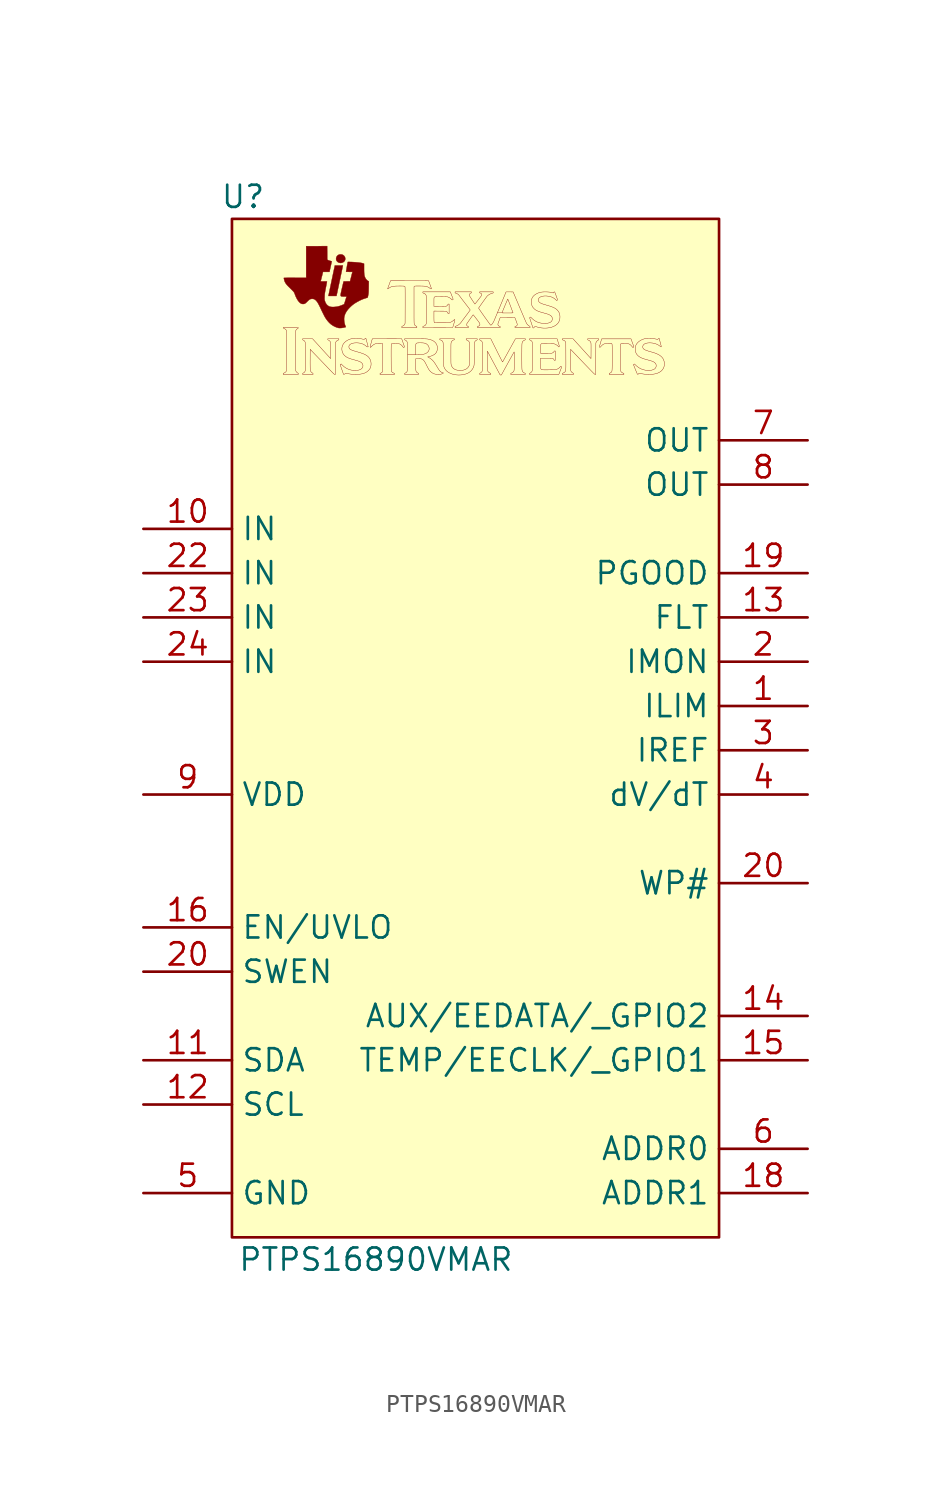
<source format=kicad_sym>
(kicad_symbol_lib
  (version 20241209)
  (generator "kicad_symbol_editor")
  (generator_version "9.0")
  (symbol "PTPS16890VMAR"
    (property "Reference" "U"
      (at 0.635 59.69 0)
      (effects (font (size 1.27 1.27))))
    (property "Value" "PTPS16890VMAR"
      (at 8.255 -1.27 0)
      (effects (font (size 1.27 1.27))))
    (symbol "PTPS16890VMAR_0_0"
      (polyline (pts (xy 3.81 49.53) (xy 3.808 49.551) (xy 3.798 49.565) (xy 3.776 49.578) (xy 3.759 49.588) (xy 3.71 49.629) (xy 3.672 49.682) (xy 3.653 49.718) (xy 3.653 50.858) (xy 3.653 51.997) (xy 3.672 52.033) (xy 3.683 52.05) (xy 3.725 52.1) (xy 3.776 52.137) (xy 3.801 52.154) (xy 3.81 52.172) (xy 3.81 52.175) (xy 3.808 52.179) (xy 3.803 52.182) (xy 3.793 52.184) (xy 3.778 52.186) (xy 3.755 52.187) (xy 3.723 52.188) (xy 3.68 52.189) (xy 3.625 52.189) (xy 3.557 52.189) (xy 3.474 52.189) (xy 3.374 52.189) (xy 2.939 52.189) (xy 2.942 52.17) (xy 2.946 52.161) (xy 2.962 52.147) (xy 2.993 52.134) (xy 3.008 52.127) (xy 3.045 52.106) (xy 3.075 52.081) (xy 3.082 52.074) (xy 3.091 52.066) (xy 3.098 52.059) (xy 3.105 52.05) (xy 3.11 52.04) (xy 3.115 52.026) (xy 3.12 52.01) (xy 3.124 51.988) (xy 3.127 51.962) (xy 3.13 51.928) (xy 3.132 51.887) (xy 3.133 51.838) (xy 3.135 51.779) (xy 3.136 51.71) (xy 3.136 51.63) (xy 3.137 51.537) (xy 3.137 51.431) (xy 3.137 51.312) (xy 3.137 51.176) (xy 3.137 51.026) (xy 3.137 50.858) (xy 3.137 50.724) (xy 3.137 50.569) (xy 3.137 50.431) (xy 3.137 50.308) (xy 3.137 50.199) (xy 3.137 50.104) (xy 3.136 50.021) (xy 3.135 49.95) (xy 3.134 49.889) (xy 3.132 49.838) (xy 3.13 49.795) (xy 3.127 49.76) (xy 3.124 49.732) (xy 3.121 49.709) (xy 3.116 49.692) (xy 3.111 49.678) (xy 3.106 49.667) (xy 3.099 49.658) (xy 3.092 49.65) (xy 3.084 49.642) (xy 3.075 49.634) (xy 3.063 49.623) (xy 3.029 49.599) (xy 2.993 49.581) (xy 2.969 49.572) (xy 2.952 49.562) (xy 2.945 49.55) (xy 2.942 49.531) (xy 2.939 49.499) (xy 3.374 49.499) (xy 3.81 49.499) (xy 3.81 49.53)) (stroke (width 0.01) (type default)) (fill (type color) (color 0 0 0 1)))
      (polyline (pts (xy 4.653 49.529) (xy 4.652 49.545) (xy 4.646 49.559) (xy 4.631 49.572) (xy 4.603 49.588) (xy 4.597 49.592) (xy 4.548 49.631) (xy 4.513 49.683) (xy 4.492 49.744) (xy 4.49 49.759) (xy 4.488 49.794) (xy 4.487 49.846) (xy 4.486 49.916) (xy 4.485 50.002) (xy 4.484 50.106) (xy 4.484 50.227) (xy 4.485 50.364) (xy 4.487 50.938) (xy 5.176 50.218) (xy 5.187 50.207) (xy 5.293 50.096) (xy 5.388 49.998) (xy 5.471 49.911) (xy 5.544 49.834) (xy 5.608 49.768) (xy 5.663 49.711) (xy 5.71 49.663) (xy 5.75 49.623) (xy 5.783 49.59) (xy 5.81 49.563) (xy 5.832 49.542) (xy 5.849 49.526) (xy 5.863 49.515) (xy 5.874 49.507) (xy 5.882 49.502) (xy 5.889 49.5) (xy 5.895 49.499) (xy 5.9 49.499) (xy 5.935 49.499) (xy 5.938 50.411) (xy 5.94 51.324) (xy 5.961 51.362) (xy 5.989 51.401) (xy 6.035 51.438) (xy 6.092 51.467) (xy 6.105 51.472) (xy 6.124 51.482) (xy 6.131 51.494) (xy 6.133 51.513) (xy 6.133 51.544) (xy 5.815 51.544) (xy 5.496 51.544) (xy 5.496 51.514) (xy 5.497 51.502) (xy 5.501 51.488) (xy 5.515 51.477) (xy 5.541 51.464) (xy 5.587 51.435) (xy 5.626 51.395) (xy 5.65 51.349) (xy 5.651 51.343) (xy 5.653 51.32) (xy 5.656 51.283) (xy 5.658 51.234) (xy 5.659 51.175) (xy 5.661 51.108) (xy 5.662 51.035) (xy 5.664 50.958) (xy 5.665 50.879) (xy 5.665 50.8) (xy 5.666 50.724) (xy 5.666 50.651) (xy 5.666 50.584) (xy 5.665 50.525) (xy 5.664 50.476) (xy 5.663 50.439) (xy 5.661 50.416) (xy 5.659 50.408) (xy 5.655 50.412) (xy 5.64 50.428) (xy 5.614 50.456) (xy 5.579 50.494) (xy 5.535 50.542) (xy 5.483 50.599) (xy 5.424 50.663) (xy 5.359 50.735) (xy 5.289 50.812) (xy 5.214 50.893) (xy 5.137 50.979) (xy 4.623 51.544) (xy 4.338 51.544) (xy 4.052 51.544) (xy 4.052 51.513) (xy 4.053 51.497) (xy 4.059 51.484) (xy 4.074 51.473) (xy 4.102 51.459) (xy 4.106 51.456) (xy 4.152 51.425) (xy 4.184 51.383) (xy 4.204 51.328) (xy 4.204 51.328) (xy 4.206 51.312) (xy 4.207 51.279) (xy 4.208 51.232) (xy 4.21 51.171) (xy 4.211 51.099) (xy 4.212 51.018) (xy 4.212 50.928) (xy 4.213 50.832) (xy 4.213 50.731) (xy 4.213 50.626) (xy 4.213 50.52) (xy 4.213 50.414) (xy 4.213 50.31) (xy 4.213 50.209) (xy 4.212 50.113) (xy 4.212 50.023) (xy 4.211 49.942) (xy 4.21 49.87) (xy 4.208 49.81) (xy 4.207 49.763) (xy 4.206 49.73) (xy 4.204 49.714) (xy 4.203 49.709) (xy 4.182 49.656) (xy 4.149 49.615) (xy 4.102 49.584) (xy 4.077 49.571) (xy 4.06 49.559) (xy 4.054 49.547) (xy 4.052 49.529) (xy 4.052 49.499) (xy 4.353 49.499) (xy 4.653 49.499) (xy 4.653 49.529)) (stroke (width 0.01) (type default)) (fill (type color) (color 0 0 0 1)))
      (polyline (pts (xy 6.015 54.093) (xy 6.019 54.111) (xy 6.031 54.164) (xy 6.042 54.219) (xy 6.052 54.266) (xy 6.054 54.272) (xy 6.075 54.375) (xy 6.094 54.463) (xy 6.11 54.539) (xy 6.124 54.604) (xy 6.125 54.609) (xy 6.133 54.647) (xy 6.143 54.696) (xy 6.155 54.755) (xy 6.169 54.817) (xy 6.182 54.88) (xy 6.183 54.886) (xy 6.197 54.952) (xy 6.211 55.019) (xy 6.224 55.082) (xy 6.236 55.138) (xy 6.245 55.181) (xy 6.254 55.222) (xy 6.264 55.266) (xy 6.271 55.304) (xy 6.277 55.329) (xy 6.278 55.334) (xy 6.284 55.362) (xy 6.292 55.402) (xy 6.302 55.449) (xy 6.312 55.499) (xy 6.316 55.514) (xy 6.326 55.564) (xy 6.336 55.611) (xy 6.344 55.649) (xy 6.349 55.674) (xy 6.352 55.689) (xy 6.358 55.717) (xy 6.362 55.734) (xy 6.363 55.736) (xy 6.363 55.74) (xy 6.358 55.744) (xy 6.348 55.746) (xy 6.33 55.748) (xy 6.301 55.749) (xy 6.26 55.75) (xy 6.206 55.75) (xy 6.135 55.75) (xy 5.903 55.75) (xy 5.878 55.631) (xy 5.867 55.581) (xy 5.856 55.526) (xy 5.845 55.476) (xy 5.837 55.436) (xy 5.836 55.432) (xy 5.828 55.395) (xy 5.819 55.354) (xy 5.809 55.307) (xy 5.797 55.251) (xy 5.783 55.183) (xy 5.765 55.1) (xy 5.762 55.085) (xy 5.751 55.032) (xy 5.739 54.977) (xy 5.729 54.929) (xy 5.727 54.92) (xy 5.72 54.885) (xy 5.71 54.837) (xy 5.697 54.778) (xy 5.683 54.711) (xy 5.668 54.639) (xy 5.653 54.566) (xy 5.648 54.543) (xy 5.632 54.468) (xy 5.617 54.395) (xy 5.602 54.326) (xy 5.589 54.265) (xy 5.579 54.216) (xy 5.572 54.181) (xy 5.564 54.144) (xy 5.554 54.1) (xy 5.547 54.064) (xy 5.542 54.039) (xy 5.534 54.001) (xy 5.765 54.001) (xy 5.995 54.001) (xy 6.015 54.093)) (stroke (width 0.01) (type default)) (fill (type outline)))
      (polyline (pts (xy 6.258 52.161) (xy 6.331 52.169) (xy 6.405 52.182) (xy 6.475 52.2) (xy 6.534 52.217) (xy 6.503 52.289) (xy 6.503 52.29) (xy 6.478 52.361) (xy 6.457 52.442) (xy 6.442 52.529) (xy 6.434 52.617) (xy 6.432 52.698) (xy 6.438 52.77) (xy 6.45 52.83) (xy 6.481 52.934) (xy 6.527 53.035) (xy 6.588 53.135) (xy 6.666 53.236) (xy 6.761 53.339) (xy 6.831 53.407) (xy 6.909 53.475) (xy 6.986 53.534) (xy 7.069 53.59) (xy 7.1 53.609) (xy 7.15 53.638) (xy 7.203 53.668) (xy 7.257 53.698) (xy 7.307 53.724) (xy 7.349 53.746) (xy 7.38 53.76) (xy 7.4 53.769) (xy 7.434 53.784) (xy 7.46 53.797) (xy 7.472 53.801) (xy 7.5 53.812) (xy 7.54 53.827) (xy 7.587 53.843) (xy 7.638 53.86) (xy 7.784 53.907) (xy 7.792 53.938) (xy 7.796 53.955) (xy 7.803 53.988) (xy 7.811 54.029) (xy 7.82 54.073) (xy 7.82 54.073) (xy 7.825 54.102) (xy 7.83 54.131) (xy 7.833 54.161) (xy 7.836 54.196) (xy 7.838 54.236) (xy 7.84 54.285) (xy 7.841 54.346) (xy 7.843 54.419) (xy 7.844 54.508) (xy 7.848 54.841) (xy 7.811 54.858) (xy 7.78 54.876) (xy 7.744 54.908) (xy 7.707 54.947) (xy 7.675 54.99) (xy 7.65 55.031) (xy 7.646 55.039) (xy 7.629 55.078) (xy 7.614 55.118) (xy 7.603 55.16) (xy 7.594 55.207) (xy 7.587 55.261) (xy 7.582 55.325) (xy 7.579 55.399) (xy 7.577 55.487) (xy 7.577 55.591) (xy 7.577 55.85) (xy 7.545 55.863) (xy 7.534 55.867) (xy 7.488 55.88) (xy 7.428 55.893) (xy 7.355 55.904) (xy 7.271 55.916) (xy 7.178 55.925) (xy 7.079 55.934) (xy 6.975 55.941) (xy 6.869 55.947) (xy 6.763 55.95) (xy 6.761 55.95) (xy 6.713 55.951) (xy 6.68 55.951) (xy 6.66 55.95) (xy 6.648 55.947) (xy 6.642 55.942) (xy 6.64 55.934) (xy 6.634 55.905) (xy 6.624 55.853) (xy 6.612 55.787) (xy 6.599 55.71) (xy 6.593 55.677) (xy 6.583 55.616) (xy 6.572 55.554) (xy 6.563 55.5) (xy 6.557 55.463) (xy 6.551 55.428) (xy 6.547 55.402) (xy 6.546 55.391) (xy 6.546 55.39) (xy 6.558 55.388) (xy 6.585 55.385) (xy 6.624 55.384) (xy 6.673 55.383) (xy 6.73 55.382) (xy 6.915 55.382) (xy 6.908 55.362) (xy 6.908 55.361) (xy 6.903 55.344) (xy 6.895 55.313) (xy 6.883 55.27) (xy 6.87 55.217) (xy 6.854 55.156) (xy 6.838 55.091) (xy 6.774 54.84) (xy 6.588 54.837) (xy 6.571 54.837) (xy 6.517 54.836) (xy 6.471 54.835) (xy 6.434 54.834) (xy 6.411 54.832) (xy 6.402 54.831) (xy 6.402 54.828) (xy 6.398 54.81) (xy 6.39 54.778) (xy 6.38 54.733) (xy 6.367 54.677) (xy 6.351 54.612) (xy 6.334 54.539) (xy 6.316 54.461) (xy 6.307 54.424) (xy 6.285 54.326) (xy 6.266 54.244) (xy 6.252 54.176) (xy 6.242 54.121) (xy 6.236 54.078) (xy 6.234 54.044) (xy 6.237 54.019) (xy 6.243 54) (xy 6.254 53.988) (xy 6.269 53.98) (xy 6.288 53.974) (xy 6.311 53.971) (xy 6.333 53.969) (xy 6.37 53.967) (xy 6.415 53.966) (xy 6.462 53.965) (xy 6.505 53.965) (xy 6.54 53.963) (xy 6.564 53.96) (xy 6.572 53.957) (xy 6.571 53.947) (xy 6.564 53.928) (xy 6.563 53.925) (xy 6.556 53.905) (xy 6.545 53.872) (xy 6.532 53.831) (xy 6.518 53.786) (xy 6.517 53.782) (xy 6.501 53.73) (xy 6.485 53.678) (xy 6.47 53.631) (xy 6.459 53.596) (xy 6.436 53.527) (xy 6.345 53.487) (xy 6.304 53.469) (xy 6.187 53.427) (xy 6.075 53.396) (xy 5.962 53.377) (xy 5.841 53.367) (xy 5.753 53.367) (xy 5.677 53.373) (xy 5.611 53.388) (xy 5.554 53.411) (xy 5.502 53.445) (xy 5.453 53.489) (xy 5.449 53.493) (xy 5.397 53.559) (xy 5.356 53.637) (xy 5.325 53.729) (xy 5.319 53.752) (xy 5.314 53.779) (xy 5.311 53.807) (xy 5.309 53.84) (xy 5.31 53.883) (xy 5.312 53.938) (xy 5.314 53.986) (xy 5.316 54.029) (xy 5.318 54.067) (xy 5.321 54.103) (xy 5.325 54.139) (xy 5.33 54.178) (xy 5.338 54.222) (xy 5.346 54.274) (xy 5.358 54.336) (xy 5.372 54.41) (xy 5.389 54.5) (xy 5.39 54.502) (xy 5.404 54.575) (xy 5.417 54.643) (xy 5.428 54.704) (xy 5.438 54.755) (xy 5.445 54.794) (xy 5.45 54.819) (xy 5.451 54.829) (xy 5.451 54.83) (xy 5.44 54.831) (xy 5.414 54.833) (xy 5.375 54.834) (xy 5.328 54.835) (xy 5.274 54.835) (xy 5.264 54.835) (xy 5.211 54.836) (xy 5.164 54.836) (xy 5.126 54.837) (xy 5.101 54.838) (xy 5.091 54.84) (xy 5.091 54.841) (xy 5.093 54.857) (xy 5.099 54.886) (xy 5.109 54.926) (xy 5.121 54.975) (xy 5.135 55.03) (xy 5.136 55.037) (xy 5.152 55.099) (xy 5.168 55.16) (xy 5.182 55.217) (xy 5.194 55.265) (xy 5.202 55.299) (xy 5.222 55.382) (xy 5.408 55.382) (xy 5.593 55.382) (xy 5.612 55.465) (xy 5.612 55.467) (xy 5.62 55.503) (xy 5.63 55.551) (xy 5.643 55.609) (xy 5.657 55.671) (xy 5.67 55.732) (xy 5.673 55.744) (xy 5.685 55.801) (xy 5.697 55.854) (xy 5.706 55.898) (xy 5.713 55.932) (xy 5.716 55.952) (xy 5.722 55.988) (xy 5.634 56.013) (xy 5.612 56.019) (xy 5.569 56.033) (xy 5.532 56.047) (xy 5.505 56.059) (xy 5.465 56.079) (xy 5.463 56.468) (xy 5.46 56.858) (xy 4.859 56.855) (xy 4.258 56.853) (xy 4.258 55.947) (xy 4.258 55.042) (xy 3.617 55.042) (xy 3.576 55.041) (xy 3.461 55.041) (xy 3.356 55.041) (xy 3.261 55.04) (xy 3.178 55.04) (xy 3.108 55.039) (xy 3.052 55.038) (xy 3.01 55.036) (xy 2.985 55.035) (xy 2.976 55.033) (xy 2.977 55.019) (xy 2.983 54.987) (xy 2.991 54.949) (xy 3.001 54.908) (xy 3.011 54.87) (xy 3.021 54.84) (xy 3.053 54.772) (xy 3.101 54.697) (xy 3.164 54.619) (xy 3.24 54.54) (xy 3.308 54.474) (xy 3.379 54.404) (xy 3.438 54.345) (xy 3.486 54.296) (xy 3.522 54.257) (xy 3.547 54.228) (xy 3.562 54.207) (xy 3.569 54.192) (xy 3.585 54.158) (xy 3.601 54.118) (xy 3.618 54.075) (xy 3.646 53.999) (xy 3.693 53.896) (xy 3.744 53.802) (xy 3.797 53.721) (xy 3.853 53.652) (xy 3.91 53.599) (xy 3.967 53.562) (xy 3.977 53.557) (xy 4.006 53.546) (xy 4.037 53.541) (xy 4.079 53.539) (xy 4.08 53.539) (xy 4.116 53.541) (xy 4.147 53.546) (xy 4.176 53.557) (xy 4.206 53.575) (xy 4.24 53.601) (xy 4.28 53.638) (xy 4.329 53.687) (xy 4.363 53.72) (xy 4.408 53.762) (xy 4.447 53.792) (xy 4.483 53.813) (xy 4.52 53.825) (xy 4.561 53.832) (xy 4.608 53.834) (xy 4.647 53.832) (xy 4.703 53.819) (xy 4.755 53.794) (xy 4.806 53.754) (xy 4.856 53.7) (xy 4.908 53.629) (xy 4.926 53.599) (xy 4.951 53.556) (xy 4.979 53.504) (xy 5.009 53.445) (xy 5.04 53.384) (xy 5.07 53.323) (xy 5.097 53.266) (xy 5.119 53.216) (xy 5.124 53.206) (xy 5.141 53.169) (xy 5.165 53.12) (xy 5.192 53.064) (xy 5.222 53.005) (xy 5.252 52.945) (xy 5.281 52.887) (xy 5.308 52.836) (xy 5.33 52.795) (xy 5.347 52.766) (xy 5.414 52.663) (xy 5.491 52.563) (xy 5.572 52.471) (xy 5.655 52.394) (xy 5.691 52.365) (xy 5.787 52.299) (xy 5.89 52.243) (xy 5.997 52.198) (xy 6.102 52.166) (xy 6.13 52.162) (xy 6.189 52.158) (xy 6.258 52.161)) (stroke (width 0.01) (type default)) (fill (type outline)))
      (polyline (pts (xy 6.311 55.902) (xy 6.375 55.928) (xy 6.432 55.971) (xy 6.457 55.998) (xy 6.486 56.051) (xy 6.5 56.11) (xy 6.498 56.17) (xy 6.479 56.231) (xy 6.473 56.244) (xy 6.434 56.301) (xy 6.385 56.343) (xy 6.325 56.371) (xy 6.255 56.384) (xy 6.237 56.385) (xy 6.169 56.378) (xy 6.108 56.356) (xy 6.056 56.321) (xy 6.015 56.273) (xy 5.987 56.215) (xy 5.974 56.148) (xy 5.973 56.133) (xy 5.978 56.074) (xy 5.998 56.023) (xy 6.035 55.975) (xy 6.066 55.947) (xy 6.123 55.913) (xy 6.189 55.896) (xy 6.242 55.892) (xy 6.311 55.902)) (stroke (width 0.01) (type default)) (fill (type outline)))
      (polyline (pts (xy 6.442 49.504) (xy 6.46 49.517) (xy 6.473 49.529) (xy 6.486 49.535) (xy 6.495 49.538) (xy 6.511 49.55) (xy 6.513 49.551) (xy 6.521 49.556) (xy 6.531 49.559) (xy 6.547 49.558) (xy 6.572 49.556) (xy 6.609 49.55) (xy 6.66 49.541) (xy 6.721 49.53) (xy 6.815 49.516) (xy 6.901 49.507) (xy 6.985 49.502) (xy 7.072 49.5) (xy 7.168 49.501) (xy 7.279 49.507) (xy 7.399 49.521) (xy 7.505 49.543) (xy 7.599 49.573) (xy 7.683 49.612) (xy 7.757 49.66) (xy 7.824 49.718) (xy 7.845 49.74) (xy 7.888 49.79) (xy 7.92 49.839) (xy 7.944 49.891) (xy 7.963 49.953) (xy 7.979 50.045) (xy 7.98 50.142) (xy 7.967 50.237) (xy 7.939 50.328) (xy 7.897 50.41) (xy 7.843 50.483) (xy 7.822 50.505) (xy 7.775 50.547) (xy 7.723 50.586) (xy 7.662 50.622) (xy 7.592 50.657) (xy 7.511 50.691) (xy 7.417 50.725) (xy 7.309 50.759) (xy 7.184 50.795) (xy 7.137 50.809) (xy 7.04 50.837) (xy 6.958 50.863) (xy 6.891 50.887) (xy 6.836 50.91) (xy 6.793 50.934) (xy 6.761 50.957) (xy 6.738 50.982) (xy 6.722 51.009) (xy 6.713 51.039) (xy 6.709 51.072) (xy 6.709 51.073) (xy 6.709 51.109) (xy 6.714 51.136) (xy 6.727 51.162) (xy 6.755 51.199) (xy 6.804 51.238) (xy 6.868 51.269) (xy 6.947 51.292) (xy 7.039 51.306) (xy 7.144 51.31) (xy 7.175 51.31) (xy 7.298 51.3) (xy 7.413 51.275) (xy 7.519 51.237) (xy 7.613 51.186) (xy 7.696 51.122) (xy 7.718 51.103) (xy 7.74 51.087) (xy 7.76 51.079) (xy 7.781 51.077) (xy 7.816 51.077) (xy 7.748 51.328) (xy 7.681 51.578) (xy 7.648 51.561) (xy 7.642 51.558) (xy 7.621 51.542) (xy 7.61 51.526) (xy 7.608 51.52) (xy 7.603 51.513) (xy 7.592 51.51) (xy 7.574 51.51) (xy 7.546 51.514) (xy 7.505 51.522) (xy 7.449 51.534) (xy 7.379 51.549) (xy 7.282 51.566) (xy 7.196 51.576) (xy 7.116 51.579) (xy 7.038 51.576) (xy 6.958 51.567) (xy 6.897 51.556) (xy 6.783 51.526) (xy 6.678 51.484) (xy 6.585 51.433) (xy 6.503 51.373) (xy 6.434 51.304) (xy 6.378 51.228) (xy 6.337 51.146) (xy 6.312 51.058) (xy 6.304 50.965) (xy 6.304 50.933) (xy 6.318 50.836) (xy 6.346 50.745) (xy 6.39 50.663) (xy 6.449 50.591) (xy 6.521 50.53) (xy 6.529 50.524) (xy 6.572 50.496) (xy 6.617 50.471) (xy 6.665 50.447) (xy 6.72 50.425) (xy 6.784 50.402) (xy 6.858 50.378) (xy 6.946 50.353) (xy 7.048 50.325) (xy 7.076 50.317) (xy 7.162 50.293) (xy 7.233 50.271) (xy 7.291 50.25) (xy 7.34 50.229) (xy 7.38 50.208) (xy 7.414 50.185) (xy 7.427 50.175) (xy 7.471 50.129) (xy 7.5 50.077) (xy 7.514 50.022) (xy 7.513 49.966) (xy 7.497 49.911) (xy 7.466 49.861) (xy 7.422 49.816) (xy 7.364 49.781) (xy 7.327 49.765) (xy 7.282 49.751) (xy 7.234 49.741) (xy 7.178 49.736) (xy 7.111 49.733) (xy 7.03 49.734) (xy 6.998 49.736) (xy 6.941 49.738) (xy 6.896 49.741) (xy 6.858 49.746) (xy 6.823 49.753) (xy 6.785 49.762) (xy 6.763 49.768) (xy 6.643 49.812) (xy 6.529 49.872) (xy 6.423 49.947) (xy 6.328 50.036) (xy 6.267 50.1) (xy 6.241 50.087) (xy 6.24 50.086) (xy 6.221 50.074) (xy 6.21 50.066) (xy 6.21 50.062) (xy 6.215 50.044) (xy 6.225 50.012) (xy 6.239 49.969) (xy 6.256 49.916) (xy 6.277 49.855) (xy 6.3 49.79) (xy 6.312 49.755) (xy 6.334 49.691) (xy 6.354 49.634) (xy 6.371 49.585) (xy 6.385 49.547) (xy 6.394 49.521) (xy 6.398 49.51) (xy 6.403 49.503) (xy 6.42 49.499) (xy 6.442 49.504)) (stroke (width 0.01) (type default)) (fill (type color) (color 0 0 0 1)))
      (polyline (pts (xy 9.326 49.529) (xy 9.326 49.532) (xy 9.324 49.547) (xy 9.318 49.558) (xy 9.302 49.567) (xy 9.272 49.579) (xy 9.254 49.586) (xy 9.207 49.611) (xy 9.173 49.641) (xy 9.15 49.68) (xy 9.148 49.686) (xy 9.145 49.694) (xy 9.142 49.705) (xy 9.14 49.719) (xy 9.139 49.739) (xy 9.137 49.764) (xy 9.136 49.795) (xy 9.135 49.836) (xy 9.134 49.886) (xy 9.133 49.946) (xy 9.133 50.019) (xy 9.132 50.104) (xy 9.132 50.204) (xy 9.131 50.32) (xy 9.131 50.452) (xy 9.13 50.487) (xy 9.13 50.636) (xy 9.13 50.769) (xy 9.13 50.883) (xy 9.131 50.981) (xy 9.132 51.062) (xy 9.133 51.126) (xy 9.134 51.173) (xy 9.136 51.205) (xy 9.138 51.221) (xy 9.139 51.227) (xy 9.151 51.251) (xy 9.166 51.266) (xy 9.172 51.269) (xy 9.197 51.272) (xy 9.237 51.273) (xy 9.295 51.274) (xy 9.37 51.273) (xy 9.407 51.272) (xy 9.474 51.269) (xy 9.528 51.265) (xy 9.571 51.259) (xy 9.606 51.25) (xy 9.637 51.237) (xy 9.666 51.22) (xy 9.696 51.199) (xy 9.7 51.195) (xy 9.724 51.173) (xy 9.754 51.142) (xy 9.784 51.106) (xy 9.812 51.072) (xy 9.834 51.043) (xy 9.836 51.043) (xy 9.849 51.048) (xy 9.868 51.056) (xy 9.886 51.066) (xy 9.898 51.073) (xy 9.898 51.073) (xy 9.895 51.083) (xy 9.887 51.108) (xy 9.875 51.145) (xy 9.859 51.193) (xy 9.84 51.248) (xy 9.818 51.309) (xy 9.736 51.544) (xy 8.893 51.541) (xy 8.049 51.539) (xy 7.984 51.306) (xy 7.978 51.284) (xy 7.96 51.219) (xy 7.946 51.169) (xy 7.936 51.131) (xy 7.93 51.103) (xy 7.927 51.084) (xy 7.927 51.072) (xy 7.929 51.063) (xy 7.933 51.058) (xy 7.938 51.053) (xy 7.945 51.05) (xy 7.955 51.055) (xy 7.971 51.067) (xy 7.994 51.089) (xy 8.026 51.122) (xy 8.045 51.14) (xy 8.102 51.189) (xy 8.155 51.225) (xy 8.211 51.249) (xy 8.271 51.265) (xy 8.284 51.267) (xy 8.32 51.27) (xy 8.364 51.273) (xy 8.414 51.274) (xy 8.466 51.275) (xy 8.517 51.274) (xy 8.564 51.273) (xy 8.602 51.271) (xy 8.63 51.268) (xy 8.643 51.264) (xy 8.643 51.262) (xy 8.645 51.245) (xy 8.647 51.213) (xy 8.648 51.166) (xy 8.65 51.107) (xy 8.651 51.037) (xy 8.652 50.957) (xy 8.653 50.87) (xy 8.653 50.776) (xy 8.654 50.677) (xy 8.654 50.575) (xy 8.654 50.471) (xy 8.654 50.368) (xy 8.654 50.266) (xy 8.653 50.167) (xy 8.653 50.073) (xy 8.652 49.986) (xy 8.651 49.906) (xy 8.65 49.836) (xy 8.648 49.777) (xy 8.647 49.73) (xy 8.645 49.698) (xy 8.643 49.682) (xy 8.643 49.679) (xy 8.622 49.634) (xy 8.586 49.599) (xy 8.537 49.575) (xy 8.517 49.568) (xy 8.5 49.559) (xy 8.493 49.548) (xy 8.492 49.529) (xy 8.492 49.499) (xy 8.909 49.499) (xy 9.326 49.499) (xy 9.326 49.529)) (stroke (width 0.01) (type default)) (fill (type color) (color 0 0 0 1)))
      (polyline (pts (xy 10.608 52.219) (xy 10.608 52.225) (xy 10.605 52.242) (xy 10.594 52.254) (xy 10.57 52.267) (xy 10.522 52.294) (xy 10.484 52.332) (xy 10.459 52.38) (xy 10.457 52.385) (xy 10.455 52.394) (xy 10.453 52.404) (xy 10.451 52.418) (xy 10.45 52.436) (xy 10.448 52.458) (xy 10.447 52.486) (xy 10.446 52.522) (xy 10.445 52.565) (xy 10.444 52.618) (xy 10.444 52.68) (xy 10.443 52.753) (xy 10.443 52.838) (xy 10.443 52.936) (xy 10.443 53.048) (xy 10.443 53.176) (xy 10.443 53.319) (xy 10.443 53.478) (xy 10.443 54.53) (xy 10.463 54.55) (xy 10.466 54.553) (xy 10.472 54.558) (xy 10.48 54.562) (xy 10.491 54.565) (xy 10.508 54.568) (xy 10.533 54.569) (xy 10.568 54.57) (xy 10.614 54.57) (xy 10.674 54.57) (xy 10.75 54.57) (xy 10.801 54.57) (xy 10.878 54.569) (xy 10.941 54.567) (xy 10.992 54.565) (xy 11.035 54.562) (xy 11.07 54.559) (xy 11.102 54.554) (xy 11.159 54.541) (xy 11.234 54.515) (xy 11.3 54.482) (xy 11.351 54.442) (xy 11.367 54.427) (xy 11.393 54.41) (xy 11.416 54.405) (xy 11.435 54.408) (xy 11.443 54.416) (xy 11.443 54.416) (xy 11.439 54.429) (xy 11.431 54.456) (xy 11.418 54.494) (xy 11.402 54.54) (xy 11.383 54.591) (xy 11.364 54.645) (xy 11.344 54.699) (xy 11.325 54.75) (xy 11.308 54.795) (xy 11.294 54.832) (xy 11.284 54.858) (xy 11.278 54.869) (xy 11.277 54.87) (xy 11.268 54.872) (xy 11.252 54.873) (xy 11.227 54.874) (xy 11.194 54.875) (xy 11.151 54.876) (xy 11.097 54.877) (xy 11.031 54.878) (xy 10.954 54.878) (xy 10.863 54.878) (xy 10.758 54.879) (xy 10.639 54.879) (xy 10.504 54.878) (xy 10.352 54.878) (xy 10.184 54.878) (xy 9.098 54.876) (xy 9.019 54.66) (xy 9.009 54.633) (xy 8.985 54.566) (xy 8.966 54.514) (xy 8.952 54.474) (xy 8.942 54.446) (xy 8.936 54.426) (xy 8.934 54.414) (xy 8.934 54.408) (xy 8.936 54.405) (xy 8.94 54.405) (xy 8.941 54.405) (xy 8.953 54.411) (xy 8.975 54.425) (xy 9.002 54.445) (xy 9.016 54.456) (xy 9.057 54.484) (xy 9.099 54.507) (xy 9.144 54.526) (xy 9.195 54.541) (xy 9.253 54.553) (xy 9.32 54.56) (xy 9.399 54.566) (xy 9.491 54.569) (xy 9.6 54.57) (xy 9.625 54.57) (xy 9.703 54.57) (xy 9.766 54.569) (xy 9.814 54.568) (xy 9.851 54.565) (xy 9.879 54.56) (xy 9.898 54.554) (xy 9.911 54.546) (xy 9.92 54.536) (xy 9.926 54.523) (xy 9.926 54.522) (xy 9.928 54.511) (xy 9.93 54.488) (xy 9.931 54.451) (xy 9.932 54.402) (xy 9.933 54.338) (xy 9.933 54.26) (xy 9.934 54.168) (xy 9.934 54.059) (xy 9.934 53.935) (xy 9.934 53.795) (xy 9.934 53.638) (xy 9.934 53.463) (xy 9.931 52.427) (xy 9.907 52.377) (xy 9.904 52.371) (xy 9.874 52.327) (xy 9.836 52.295) (xy 9.784 52.27) (xy 9.772 52.265) (xy 9.753 52.255) (xy 9.744 52.242) (xy 9.74 52.222) (xy 9.737 52.189) (xy 10.173 52.189) (xy 10.608 52.189) (xy 10.608 52.219)) (stroke (width 0.01) (type default)) (fill (type color) (color 0 0 0 1)))
      (polyline (pts (xy 10.707 49.529) (xy 10.706 49.545) (xy 10.701 49.558) (xy 10.686 49.569) (xy 10.659 49.582) (xy 10.64 49.592) (xy 10.61 49.613) (xy 10.588 49.634) (xy 10.585 49.638) (xy 10.574 49.654) (xy 10.565 49.672) (xy 10.558 49.692) (xy 10.552 49.718) (xy 10.548 49.75) (xy 10.545 49.791) (xy 10.543 49.842) (xy 10.542 49.906) (xy 10.541 49.983) (xy 10.541 50.077) (xy 10.541 50.4) (xy 10.694 50.4) (xy 10.715 50.4) (xy 10.767 50.399) (xy 10.805 50.398) (xy 10.833 50.396) (xy 10.854 50.392) (xy 10.873 50.387) (xy 10.89 50.379) (xy 10.894 50.377) (xy 10.927 50.361) (xy 10.956 50.342) (xy 10.983 50.319) (xy 11.01 50.291) (xy 11.036 50.255) (xy 11.065 50.21) (xy 11.097 50.154) (xy 11.133 50.084) (xy 11.175 50.001) (xy 11.192 49.967) (xy 11.235 49.884) (xy 11.272 49.817) (xy 11.303 49.766) (xy 11.328 49.731) (xy 11.378 49.674) (xy 11.452 49.609) (xy 11.532 49.56) (xy 11.62 49.525) (xy 11.718 49.505) (xy 11.826 49.499) (xy 11.879 49.5) (xy 11.952 49.507) (xy 12.015 49.52) (xy 12.073 49.541) (xy 12.096 49.552) (xy 12.117 49.567) (xy 12.124 49.581) (xy 12.12 49.592) (xy 12.103 49.597) (xy 12.083 49.599) (xy 12.036 49.614) (xy 11.987 49.643) (xy 11.939 49.684) (xy 11.895 49.734) (xy 11.881 49.754) (xy 11.857 49.79) (xy 11.829 49.834) (xy 11.798 49.883) (xy 11.768 49.934) (xy 11.755 49.956) (xy 11.709 50.03) (xy 11.67 50.093) (xy 11.636 50.145) (xy 11.605 50.189) (xy 11.575 50.229) (xy 11.544 50.266) (xy 11.532 50.28) (xy 11.477 50.335) (xy 11.415 50.387) (xy 11.351 50.433) (xy 11.29 50.468) (xy 11.283 50.472) (xy 11.255 50.486) (xy 11.235 50.498) (xy 11.227 50.504) (xy 11.228 50.504) (xy 11.238 50.508) (xy 11.26 50.514) (xy 11.291 50.52) (xy 11.344 50.53) (xy 11.43 50.555) (xy 11.51 50.587) (xy 11.582 50.625) (xy 11.642 50.666) (xy 11.687 50.711) (xy 11.722 50.761) (xy 11.754 50.828) (xy 11.775 50.898) (xy 11.777 50.909) (xy 11.782 50.961) (xy 11.782 51.019) (xy 11.778 51.08) (xy 11.769 51.135) (xy 11.757 51.178) (xy 11.736 51.226) (xy 11.687 51.303) (xy 11.623 51.369) (xy 11.544 51.425) (xy 11.451 51.47) (xy 11.344 51.505) (xy 11.222 51.53) (xy 11.22 51.53) (xy 11.199 51.533) (xy 11.173 51.535) (xy 11.141 51.537) (xy 11.102 51.539) (xy 11.055 51.54) (xy 10.998 51.541) (xy 10.929 51.542) (xy 10.848 51.543) (xy 10.753 51.543) (xy 10.643 51.544) (xy 10.517 51.544) (xy 9.9 51.544) (xy 9.9 51.513) (xy 9.9 51.502) (xy 9.904 51.487) (xy 9.917 51.477) (xy 9.942 51.466) (xy 9.943 51.466) (xy 9.994 51.437) (xy 10.032 51.396) (xy 10.056 51.345) (xy 10.059 51.328) (xy 10.062 51.295) (xy 10.064 51.247) (xy 10.066 51.185) (xy 10.067 51.113) (xy 10.069 51.03) (xy 10.07 50.939) (xy 10.071 50.841) (xy 10.072 50.739) (xy 10.072 50.636) (xy 10.535 50.636) (xy 10.538 50.931) (xy 10.539 50.992) (xy 10.54 51.062) (xy 10.541 51.117) (xy 10.543 51.16) (xy 10.544 51.192) (xy 10.547 51.216) (xy 10.55 51.233) (xy 10.553 51.245) (xy 10.558 51.255) (xy 10.562 51.262) (xy 10.574 51.278) (xy 10.589 51.29) (xy 10.611 51.299) (xy 10.64 51.305) (xy 10.681 51.308) (xy 10.734 51.31) (xy 10.803 51.31) (xy 10.848 51.31) (xy 10.928 51.308) (xy 10.995 51.302) (xy 11.05 51.293) (xy 11.097 51.28) (xy 11.137 51.261) (xy 11.173 51.237) (xy 11.209 51.207) (xy 11.24 51.174) (xy 11.28 51.113) (xy 11.304 51.048) (xy 11.313 50.98) (xy 11.306 50.911) (xy 11.282 50.846) (xy 11.277 50.837) (xy 11.25 50.802) (xy 11.213 50.765) (xy 11.172 50.732) (xy 11.131 50.706) (xy 11.1 50.693) (xy 11.06 50.677) (xy 11.02 50.664) (xy 10.998 50.658) (xy 10.974 50.653) (xy 10.946 50.649) (xy 10.912 50.646) (xy 10.869 50.644) (xy 10.814 50.642) (xy 10.744 50.64) (xy 10.535 50.636) (xy 10.072 50.636) (xy 10.072 50.633) (xy 10.072 50.525) (xy 10.072 50.418) (xy 10.072 50.312) (xy 10.071 50.209) (xy 10.07 50.111) (xy 10.069 50.019) (xy 10.068 49.936) (xy 10.066 49.862) (xy 10.064 49.8) (xy 10.062 49.751) (xy 10.059 49.716) (xy 10.056 49.698) (xy 10.056 49.696) (xy 10.031 49.645) (xy 9.993 49.604) (xy 9.942 49.576) (xy 9.927 49.57) (xy 9.909 49.56) (xy 9.902 49.548) (xy 9.9 49.529) (xy 9.9 49.499) (xy 10.303 49.499) (xy 10.707 49.499) (xy 10.707 49.529)) (stroke (width 0.01) (type default)) (fill (type color) (color 0 0 0 1)))
      (polyline (pts (xy 11.807 52.192) (xy 12.665 52.194) (xy 12.729 52.405) (xy 12.745 52.456) (xy 12.763 52.517) (xy 12.775 52.564) (xy 12.783 52.598) (xy 12.786 52.622) (xy 12.784 52.637) (xy 12.778 52.645) (xy 12.769 52.647) (xy 12.766 52.646) (xy 12.752 52.636) (xy 12.729 52.618) (xy 12.702 52.594) (xy 12.699 52.591) (xy 12.662 52.562) (xy 12.622 52.534) (xy 12.587 52.513) (xy 12.579 52.51) (xy 12.553 52.498) (xy 12.529 52.488) (xy 12.503 52.48) (xy 12.474 52.473) (xy 12.44 52.468) (xy 12.399 52.465) (xy 12.35 52.462) (xy 12.29 52.46) (xy 12.218 52.459) (xy 12.132 52.459) (xy 12.03 52.459) (xy 11.99 52.459) (xy 11.911 52.459) (xy 11.838 52.459) (xy 11.773 52.46) (xy 11.718 52.461) (xy 11.675 52.462) (xy 11.646 52.463) (xy 11.633 52.464) (xy 11.631 52.465) (xy 11.619 52.469) (xy 11.61 52.476) (xy 11.602 52.487) (xy 11.597 52.504) (xy 11.593 52.529) (xy 11.59 52.563) (xy 11.588 52.608) (xy 11.587 52.666) (xy 11.586 52.738) (xy 11.586 52.827) (xy 11.586 53.133) (xy 11.925 53.13) (xy 12.263 53.127) (xy 12.308 53.104) (xy 12.309 53.104) (xy 12.338 53.086) (xy 12.358 53.066) (xy 12.375 53.035) (xy 12.385 53.015) (xy 12.397 52.997) (xy 12.409 52.99) (xy 12.427 52.988) (xy 12.456 52.988) (xy 12.456 53.261) (xy 12.456 53.535) (xy 12.425 53.535) (xy 12.408 53.533) (xy 12.394 53.525) (xy 12.385 53.505) (xy 12.371 53.478) (xy 12.342 53.444) (xy 12.304 53.417) (xy 12.303 53.417) (xy 12.293 53.413) (xy 12.276 53.411) (xy 12.249 53.408) (xy 12.213 53.407) (xy 12.165 53.405) (xy 12.103 53.404) (xy 12.027 53.403) (xy 11.934 53.402) (xy 11.586 53.399) (xy 11.586 53.65) (xy 11.586 53.703) (xy 11.586 53.766) (xy 11.587 53.814) (xy 11.588 53.85) (xy 11.589 53.876) (xy 11.592 53.894) (xy 11.595 53.907) (xy 11.599 53.916) (xy 11.604 53.923) (xy 11.607 53.926) (xy 11.617 53.937) (xy 11.629 53.945) (xy 11.644 53.952) (xy 11.665 53.957) (xy 11.694 53.96) (xy 11.731 53.963) (xy 11.78 53.964) (xy 11.841 53.964) (xy 11.916 53.964) (xy 12.008 53.963) (xy 12.064 53.962) (xy 12.141 53.961) (xy 12.202 53.96) (xy 12.251 53.959) (xy 12.289 53.957) (xy 12.319 53.954) (xy 12.342 53.952) (xy 12.36 53.948) (xy 12.375 53.944) (xy 12.428 53.923) (xy 12.508 53.88) (xy 12.577 53.822) (xy 12.629 53.769) (xy 12.659 53.784) (xy 12.664 53.786) (xy 12.682 53.798) (xy 12.689 53.808) (xy 12.689 53.812) (xy 12.683 53.831) (xy 12.672 53.859) (xy 12.659 53.894) (xy 12.655 53.904) (xy 12.639 53.945) (xy 12.619 53.995) (xy 12.598 54.049) (xy 12.578 54.102) (xy 12.526 54.234) (xy 11.737 54.234) (xy 10.948 54.234) (xy 10.951 54.202) (xy 10.953 54.186) (xy 10.96 54.173) (xy 10.974 54.164) (xy 11.002 54.154) (xy 11.023 54.146) (xy 11.064 54.126) (xy 11.095 54.099) (xy 11.12 54.063) (xy 11.142 54.024) (xy 11.142 53.212) (xy 11.142 52.4) (xy 11.122 52.363) (xy 11.11 52.343) (xy 11.085 52.313) (xy 11.05 52.29) (xy 11.002 52.269) (xy 10.999 52.268) (xy 10.971 52.257) (xy 10.956 52.248) (xy 10.95 52.237) (xy 10.949 52.22) (xy 10.949 52.189) (xy 11.807 52.192)) (stroke (width 0.01) (type default)) (fill (type color) (color 0 0 0 1)))
      (polyline (pts (xy 13.135 49.469) (xy 13.269 49.487) (xy 13.395 49.518) (xy 13.511 49.562) (xy 13.538 49.574) (xy 13.63 49.631) (xy 13.712 49.7) (xy 13.78 49.782) (xy 13.835 49.873) (xy 13.874 49.974) (xy 13.876 49.979) (xy 13.879 49.992) (xy 13.883 50.005) (xy 13.885 50.02) (xy 13.888 50.037) (xy 13.89 50.059) (xy 13.892 50.087) (xy 13.893 50.121) (xy 13.894 50.164) (xy 13.895 50.217) (xy 13.896 50.28) (xy 13.897 50.357) (xy 13.898 50.447) (xy 13.899 50.552) (xy 13.9 50.674) (xy 13.901 50.724) (xy 13.902 50.853) (xy 13.903 50.966) (xy 13.905 51.063) (xy 13.906 51.144) (xy 13.908 51.21) (xy 13.91 51.261) (xy 13.912 51.3) (xy 13.914 51.325) (xy 13.916 51.338) (xy 13.938 51.387) (xy 13.972 51.427) (xy 14.019 51.457) (xy 14.047 51.472) (xy 14.062 51.484) (xy 14.069 51.496) (xy 14.07 51.513) (xy 14.07 51.544) (xy 13.752 51.544) (xy 13.434 51.544) (xy 13.434 51.514) (xy 13.435 51.498) (xy 13.441 51.486) (xy 13.456 51.476) (xy 13.484 51.463) (xy 13.536 51.437) (xy 13.584 51.396) (xy 13.617 51.346) (xy 13.619 51.342) (xy 13.622 51.333) (xy 13.625 51.323) (xy 13.628 51.311) (xy 13.63 51.294) (xy 13.632 51.272) (xy 13.633 51.243) (xy 13.634 51.206) (xy 13.635 51.159) (xy 13.636 51.101) (xy 13.636 51.031) (xy 13.637 50.947) (xy 13.638 50.848) (xy 13.638 50.732) (xy 13.638 50.7) (xy 13.639 50.58) (xy 13.639 50.476) (xy 13.639 50.387) (xy 13.638 50.311) (xy 13.637 50.246) (xy 13.636 50.193) (xy 13.633 50.149) (xy 13.63 50.112) (xy 13.626 50.081) (xy 13.621 50.056) (xy 13.615 50.034) (xy 13.608 50.014) (xy 13.6 49.995) (xy 13.59 49.975) (xy 13.565 49.932) (xy 13.511 49.867) (xy 13.445 49.815) (xy 13.366 49.774) (xy 13.275 49.746) (xy 13.225 49.738) (xy 13.163 49.734) (xy 13.095 49.732) (xy 13.026 49.733) (xy 12.963 49.738) (xy 12.912 49.746) (xy 12.864 49.758) (xy 12.78 49.791) (xy 12.71 49.836) (xy 12.652 49.894) (xy 12.607 49.964) (xy 12.576 50.046) (xy 12.573 50.057) (xy 12.57 50.071) (xy 12.567 50.087) (xy 12.565 50.107) (xy 12.564 50.133) (xy 12.562 50.165) (xy 12.561 50.205) (xy 12.56 50.255) (xy 12.56 50.316) (xy 12.56 50.389) (xy 12.559 50.476) (xy 12.559 50.578) (xy 12.559 50.696) (xy 12.559 50.709) (xy 12.559 50.825) (xy 12.559 50.925) (xy 12.56 51.01) (xy 12.56 51.081) (xy 12.56 51.14) (xy 12.561 51.188) (xy 12.562 51.227) (xy 12.564 51.258) (xy 12.565 51.281) (xy 12.567 51.3) (xy 12.57 51.314) (xy 12.573 51.325) (xy 12.576 51.336) (xy 12.59 51.369) (xy 12.621 51.413) (xy 12.658 51.448) (xy 12.699 51.472) (xy 12.741 51.481) (xy 12.752 51.482) (xy 12.759 51.491) (xy 12.761 51.512) (xy 12.761 51.544) (xy 12.339 51.544) (xy 11.918 51.544) (xy 11.918 51.513) (xy 11.918 51.505) (xy 11.921 51.49) (xy 11.932 51.482) (xy 11.956 51.477) (xy 11.997 51.465) (xy 12.044 51.436) (xy 12.081 51.392) (xy 12.109 51.336) (xy 12.111 51.323) (xy 12.113 51.296) (xy 12.115 51.254) (xy 12.117 51.197) (xy 12.119 51.124) (xy 12.12 51.036) (xy 12.122 50.931) (xy 12.123 50.809) (xy 12.124 50.669) (xy 12.125 50.63) (xy 12.126 50.513) (xy 12.127 50.412) (xy 12.127 50.326) (xy 12.128 50.253) (xy 12.129 50.192) (xy 12.13 50.143) (xy 12.132 50.102) (xy 12.133 50.07) (xy 12.135 50.044) (xy 12.137 50.023) (xy 12.14 50.007) (xy 12.142 49.992) (xy 12.146 49.98) (xy 12.15 49.967) (xy 12.162 49.929) (xy 12.177 49.889) (xy 12.191 49.859) (xy 12.2 49.841) (xy 12.256 49.758) (xy 12.326 49.685) (xy 12.411 49.621) (xy 12.509 49.568) (xy 12.619 49.525) (xy 12.741 49.492) (xy 12.873 49.472) (xy 12.997 49.464) (xy 13.135 49.469)) (stroke (width 0.01) (type default)) (fill (type color) (color 0 0 0 1)))
      (polyline (pts (xy 13.568 52.22) (xy 13.567 52.237) (xy 13.56 52.249) (xy 13.541 52.255) (xy 13.536 52.257) (xy 13.511 52.269) (xy 13.487 52.287) (xy 13.467 52.317) (xy 13.46 52.356) (xy 13.47 52.401) (xy 13.477 52.413) (xy 13.492 52.437) (xy 13.515 52.471) (xy 13.544 52.512) (xy 13.577 52.56) (xy 13.614 52.612) (xy 13.652 52.666) (xy 13.689 52.719) (xy 13.726 52.771) (xy 13.76 52.818) (xy 13.789 52.858) (xy 13.812 52.89) (xy 13.829 52.911) (xy 13.836 52.919) (xy 13.839 52.917) (xy 13.852 52.903) (xy 13.873 52.877) (xy 13.901 52.843) (xy 13.934 52.801) (xy 13.97 52.755) (xy 14.009 52.705) (xy 14.048 52.654) (xy 14.086 52.605) (xy 14.121 52.558) (xy 14.152 52.516) (xy 14.178 52.481) (xy 14.196 52.455) (xy 14.206 52.439) (xy 14.209 52.434) (xy 14.218 52.403) (xy 14.223 52.37) (xy 14.221 52.345) (xy 14.212 52.324) (xy 14.193 52.301) (xy 14.161 52.277) (xy 14.121 52.26) (xy 14.106 52.255) (xy 14.088 52.248) (xy 14.081 52.237) (xy 14.079 52.219) (xy 14.079 52.189) (xy 14.734 52.189) (xy 15.389 52.189) (xy 15.389 52.219) (xy 15.389 52.227) (xy 15.386 52.242) (xy 15.374 52.251) (xy 15.35 52.259) (xy 15.32 52.271) (xy 15.283 52.301) (xy 15.265 52.326) (xy 15.256 52.356) (xy 15.256 52.391) (xy 15.266 52.435) (xy 15.286 52.491) (xy 15.294 52.512) (xy 15.313 52.562) (xy 15.333 52.615) (xy 15.351 52.665) (xy 15.386 52.759) (xy 15.802 52.761) (xy 15.811 52.761) (xy 15.915 52.762) (xy 16.005 52.762) (xy 16.081 52.761) (xy 16.142 52.76) (xy 16.187 52.759) (xy 16.215 52.757) (xy 16.226 52.755) (xy 16.228 52.752) (xy 16.237 52.734) (xy 16.249 52.704) (xy 16.265 52.665) (xy 16.282 52.62) (xy 16.3 52.572) (xy 16.318 52.524) (xy 16.334 52.479) (xy 16.347 52.441) (xy 16.355 52.413) (xy 16.358 52.402) (xy 16.364 52.366) (xy 16.363 52.338) (xy 16.36 52.328) (xy 16.339 52.295) (xy 16.307 52.27) (xy 16.269 52.256) (xy 16.26 52.254) (xy 16.241 52.249) (xy 16.233 52.239) (xy 16.232 52.22) (xy 16.232 52.189) (xy 16.667 52.189) (xy 17.102 52.189) (xy 17.102 52.219) (xy 17.102 52.219) (xy 17.1 52.236) (xy 17.092 52.248) (xy 17.076 52.262) (xy 17.047 52.279) (xy 17.009 52.304) (xy 16.96 52.348) (xy 16.917 52.398) (xy 16.887 52.448) (xy 16.882 52.459) (xy 16.87 52.486) (xy 16.852 52.528) (xy 16.828 52.583) (xy 16.8 52.65) (xy 16.767 52.727) (xy 16.729 52.815) (xy 16.688 52.911) (xy 16.644 53.015) (xy 16.597 53.125) (xy 16.548 53.24) (xy 16.497 53.36) (xy 16.128 54.23) (xy 15.925 54.232) (xy 15.919 54.232) (xy 15.852 54.233) (xy 15.8 54.233) (xy 15.763 54.232) (xy 15.738 54.23) (xy 15.724 54.227) (xy 15.718 54.223) (xy 15.716 54.219) (xy 15.7 54.178) (xy 15.678 54.124) (xy 15.651 54.059) (xy 15.62 53.984) (xy 15.586 53.901) (xy 15.549 53.81) (xy 15.509 53.715) (xy 15.467 53.614) (xy 15.424 53.511) (xy 15.381 53.406) (xy 15.337 53.301) (xy 15.294 53.198) (xy 15.252 53.097) (xy 15.226 53.036) (xy 15.49 53.036) (xy 15.491 53.036) (xy 15.499 53.057) (xy 15.512 53.09) (xy 15.531 53.135) (xy 15.553 53.188) (xy 15.578 53.249) (xy 15.605 53.315) (xy 15.634 53.384) (xy 15.663 53.455) (xy 15.692 53.524) (xy 15.72 53.591) (xy 15.746 53.653) (xy 15.77 53.709) (xy 15.79 53.755) (xy 15.805 53.792) (xy 15.815 53.815) (xy 15.819 53.824) (xy 15.823 53.818) (xy 15.832 53.797) (xy 15.847 53.762) (xy 15.866 53.715) (xy 15.888 53.657) (xy 15.914 53.591) (xy 15.942 53.518) (xy 15.971 53.438) (xy 15.999 53.365) (xy 16.027 53.29) (xy 16.052 53.221) (xy 16.075 53.16) (xy 16.094 53.11) (xy 16.109 53.071) (xy 16.118 53.045) (xy 16.122 53.035) (xy 16.12 53.032) (xy 16.111 53.029) (xy 16.092 53.028) (xy 16.062 53.026) (xy 16.02 53.025) (xy 15.964 53.024) (xy 15.893 53.024) (xy 15.806 53.023) (xy 15.756 53.024) (xy 15.68 53.024) (xy 15.619 53.024) (xy 15.572 53.025) (xy 15.537 53.026) (xy 15.513 53.028) (xy 15.499 53.03) (xy 15.492 53.033) (xy 15.49 53.036) (xy 15.226 53.036) (xy 15.211 53) (xy 15.173 52.908) (xy 15.138 52.824) (xy 15.106 52.748) (xy 15.078 52.681) (xy 15.054 52.625) (xy 15.035 52.582) (xy 15.023 52.552) (xy 15.016 52.538) (xy 15.01 52.526) (xy 14.981 52.474) (xy 14.951 52.426) (xy 14.921 52.385) (xy 14.893 52.353) (xy 14.87 52.332) (xy 14.852 52.324) (xy 14.849 52.325) (xy 14.844 52.327) (xy 14.837 52.332) (xy 14.828 52.34) (xy 14.816 52.354) (xy 14.8 52.373) (xy 14.78 52.4) (xy 14.755 52.434) (xy 14.723 52.476) (xy 14.685 52.529) (xy 14.64 52.592) (xy 14.587 52.667) (xy 14.524 52.754) (xy 14.452 52.855) (xy 14.442 52.87) (xy 14.375 52.965) (xy 14.316 53.049) (xy 14.265 53.122) (xy 14.223 53.184) (xy 14.189 53.234) (xy 14.166 53.271) (xy 14.152 53.294) (xy 14.148 53.304) (xy 14.15 53.307) (xy 14.164 53.328) (xy 14.186 53.361) (xy 14.216 53.404) (xy 14.252 53.455) (xy 14.291 53.511) (xy 14.334 53.572) (xy 14.379 53.635) (xy 14.424 53.698) (xy 14.468 53.759) (xy 14.51 53.817) (xy 14.549 53.87) (xy 14.582 53.916) (xy 14.609 53.952) (xy 14.628 53.978) (xy 14.639 53.991) (xy 14.659 54.011) (xy 14.729 54.065) (xy 14.809 54.111) (xy 14.896 54.146) (xy 14.985 54.174) (xy 14.985 54.204) (xy 14.985 54.234) (xy 14.595 54.234) (xy 14.205 54.234) (xy 14.205 54.204) (xy 14.205 54.197) (xy 14.208 54.181) (xy 14.218 54.173) (xy 14.242 54.168) (xy 14.274 54.158) (xy 14.301 54.139) (xy 14.307 54.133) (xy 14.317 54.118) (xy 14.321 54.1) (xy 14.319 54.071) (xy 14.316 54.058) (xy 14.307 54.024) (xy 14.295 53.996) (xy 14.293 53.992) (xy 14.28 53.973) (xy 14.258 53.944) (xy 14.23 53.907) (xy 14.197 53.864) (xy 14.161 53.816) (xy 14.122 53.767) (xy 14.084 53.718) (xy 14.047 53.67) (xy 14.012 53.627) (xy 13.983 53.59) (xy 13.959 53.561) (xy 13.943 53.542) (xy 13.936 53.535) (xy 13.931 53.541) (xy 13.918 53.559) (xy 13.898 53.589) (xy 13.872 53.627) (xy 13.842 53.672) (xy 13.81 53.72) (xy 13.777 53.771) (xy 13.744 53.822) (xy 13.713 53.87) (xy 13.685 53.913) (xy 13.663 53.949) (xy 13.646 53.975) (xy 13.638 53.991) (xy 13.633 54.002) (xy 13.622 54.049) (xy 13.628 54.093) (xy 13.65 54.131) (xy 13.676 54.154) (xy 13.708 54.168) (xy 13.727 54.173) (xy 13.737 54.183) (xy 13.739 54.204) (xy 13.739 54.234) (xy 13.268 54.234) (xy 12.797 54.234) (xy 12.797 54.204) (xy 12.798 54.188) (xy 12.803 54.176) (xy 12.817 54.167) (xy 12.844 54.158) (xy 12.878 54.145) (xy 12.934 54.119) (xy 12.98 54.087) (xy 13.023 54.043) (xy 13.066 53.986) (xy 13.067 53.985) (xy 13.083 53.963) (xy 13.108 53.929) (xy 13.142 53.884) (xy 13.183 53.83) (xy 13.229 53.769) (xy 13.28 53.702) (xy 13.335 53.632) (xy 13.391 53.559) (xy 13.403 53.543) (xy 13.457 53.474) (xy 13.506 53.41) (xy 13.551 53.351) (xy 13.59 53.3) (xy 13.622 53.257) (xy 13.646 53.224) (xy 13.662 53.203) (xy 13.667 53.195) (xy 13.663 53.188) (xy 13.649 53.168) (xy 13.626 53.137) (xy 13.596 53.095) (xy 13.559 53.045) (xy 13.516 52.987) (xy 13.469 52.924) (xy 13.418 52.856) (xy 13.377 52.801) (xy 13.327 52.735) (xy 13.28 52.672) (xy 13.238 52.616) (xy 13.202 52.568) (xy 13.174 52.529) (xy 13.153 52.501) (xy 13.142 52.485) (xy 13.138 52.48) (xy 13.081 52.412) (xy 13.011 52.352) (xy 12.931 52.302) (xy 12.844 52.266) (xy 12.82 52.258) (xy 12.805 52.249) (xy 12.798 52.238) (xy 12.797 52.22) (xy 12.797 52.189) (xy 13.183 52.189) (xy 13.568 52.189) (xy 13.568 52.22)) (stroke (width 0.01) (type default)) (fill (type color) (color 0 0 0 1)))
      (polyline (pts (xy 15.455 49.467) (xy 15.81 50.114) (xy 15.837 50.163) (xy 15.891 50.261) (xy 15.942 50.355) (xy 15.991 50.442) (xy 16.035 50.522) (xy 16.074 50.593) (xy 16.109 50.655) (xy 16.137 50.706) (xy 16.159 50.745) (xy 16.174 50.771) (xy 16.18 50.782) (xy 16.182 50.785) (xy 16.185 50.787) (xy 16.188 50.785) (xy 16.19 50.778) (xy 16.191 50.765) (xy 16.192 50.744) (xy 16.193 50.714) (xy 16.194 50.674) (xy 16.194 50.622) (xy 16.194 50.558) (xy 16.194 50.479) (xy 16.194 50.385) (xy 16.193 50.275) (xy 16.193 50.26) (xy 16.192 50.146) (xy 16.192 50.048) (xy 16.191 49.966) (xy 16.19 49.898) (xy 16.189 49.842) (xy 16.187 49.798) (xy 16.186 49.764) (xy 16.183 49.739) (xy 16.181 49.722) (xy 16.178 49.712) (xy 16.178 49.71) (xy 16.149 49.659) (xy 16.106 49.616) (xy 16.048 49.583) (xy 16.038 49.578) (xy 16.011 49.566) (xy 15.997 49.555) (xy 15.991 49.544) (xy 15.99 49.528) (xy 15.99 49.499) (xy 16.411 49.499) (xy 16.833 49.499) (xy 16.833 49.529) (xy 16.832 49.544) (xy 16.826 49.556) (xy 16.811 49.567) (xy 16.783 49.579) (xy 16.735 49.603) (xy 16.694 49.634) (xy 16.666 49.673) (xy 16.647 49.724) (xy 16.635 49.788) (xy 16.634 49.805) (xy 16.633 49.841) (xy 16.631 49.891) (xy 16.63 49.954) (xy 16.629 50.029) (xy 16.628 50.112) (xy 16.628 50.204) (xy 16.627 50.3) (xy 16.627 50.401) (xy 16.627 50.504) (xy 16.627 50.607) (xy 16.627 50.709) (xy 16.628 50.807) (xy 16.628 50.9) (xy 16.629 50.986) (xy 16.63 51.063) (xy 16.631 51.13) (xy 16.632 51.185) (xy 16.634 51.225) (xy 16.635 51.249) (xy 16.635 51.251) (xy 16.646 51.316) (xy 16.664 51.366) (xy 16.692 51.406) (xy 16.731 51.437) (xy 16.783 51.464) (xy 16.809 51.475) (xy 16.825 51.485) (xy 16.832 51.497) (xy 16.833 51.514) (xy 16.833 51.544) (xy 16.547 51.544) (xy 16.262 51.544) (xy 15.899 50.888) (xy 15.866 50.828) (xy 15.812 50.73) (xy 15.761 50.637) (xy 15.712 50.55) (xy 15.668 50.471) (xy 15.629 50.4) (xy 15.595 50.339) (xy 15.568 50.289) (xy 15.546 50.252) (xy 15.533 50.227) (xy 15.527 50.218) (xy 15.525 50.217) (xy 15.52 50.22) (xy 15.513 50.23) (xy 15.502 50.247) (xy 15.488 50.272) (xy 15.469 50.307) (xy 15.446 50.351) (xy 15.417 50.406) (xy 15.383 50.472) (xy 15.343 50.552) (xy 15.296 50.644) (xy 15.242 50.751) (xy 15.181 50.874) (xy 14.846 51.544) (xy 14.526 51.544) (xy 14.205 51.544) (xy 14.205 51.513) (xy 14.205 51.505) (xy 14.209 51.489) (xy 14.221 51.476) (xy 14.245 51.463) (xy 14.256 51.457) (xy 14.288 51.434) (xy 14.316 51.409) (xy 14.316 51.409) (xy 14.326 51.398) (xy 14.335 51.387) (xy 14.343 51.376) (xy 14.35 51.364) (xy 14.355 51.348) (xy 14.36 51.329) (xy 14.364 51.305) (xy 14.367 51.274) (xy 14.37 51.236) (xy 14.372 51.189) (xy 14.373 51.132) (xy 14.374 51.064) (xy 14.375 50.985) (xy 14.375 50.892) (xy 14.375 50.784) (xy 14.375 50.661) (xy 14.375 50.521) (xy 14.375 50.516) (xy 14.375 50.376) (xy 14.375 50.254) (xy 14.375 50.147) (xy 14.375 50.054) (xy 14.374 49.975) (xy 14.373 49.908) (xy 14.372 49.852) (xy 14.37 49.805) (xy 14.367 49.767) (xy 14.364 49.737) (xy 14.36 49.712) (xy 14.355 49.693) (xy 14.35 49.678) (xy 14.343 49.666) (xy 14.335 49.655) (xy 14.326 49.644) (xy 14.316 49.633) (xy 14.306 49.623) (xy 14.276 49.598) (xy 14.245 49.579) (xy 14.235 49.574) (xy 14.215 49.562) (xy 14.207 49.549) (xy 14.205 49.529) (xy 14.205 49.499) (xy 14.524 49.499) (xy 14.843 49.499) (xy 14.84 49.532) (xy 14.839 49.541) (xy 14.834 49.558) (xy 14.822 49.569) (xy 14.797 49.579) (xy 14.784 49.584) (xy 14.746 49.608) (xy 14.709 49.64) (xy 14.68 49.675) (xy 14.662 49.709) (xy 14.66 49.718) (xy 14.657 49.736) (xy 14.655 49.762) (xy 14.653 49.799) (xy 14.652 49.847) (xy 14.65 49.907) (xy 14.649 49.98) (xy 14.648 50.068) (xy 14.648 50.172) (xy 14.647 50.292) (xy 14.646 50.368) (xy 14.646 50.469) (xy 14.646 50.56) (xy 14.646 50.639) (xy 14.647 50.706) (xy 14.648 50.76) (xy 14.649 50.8) (xy 14.65 50.824) (xy 14.652 50.831) (xy 14.654 50.827) (xy 14.664 50.809) (xy 14.681 50.777) (xy 14.706 50.733) (xy 14.736 50.677) (xy 14.772 50.61) (xy 14.813 50.534) (xy 14.858 50.45) (xy 14.906 50.36) (xy 14.958 50.263) (xy 15.012 50.163) (xy 15.043 50.105) (xy 15.096 50.006) (xy 15.146 49.912) (xy 15.193 49.824) (xy 15.236 49.743) (xy 15.275 49.671) (xy 15.308 49.609) (xy 15.336 49.558) (xy 15.357 49.519) (xy 15.371 49.493) (xy 15.377 49.483) (xy 15.383 49.475) (xy 15.398 49.465) (xy 15.422 49.465) (xy 15.455 49.467)) (stroke (width 0.01) (type default)) (fill (type color) (color 0 0 0 1)))
      (polyline (pts (xy 18.131 52.165) (xy 18.248 52.185) (xy 18.359 52.215) (xy 18.46 52.255) (xy 18.551 52.304) (xy 18.629 52.363) (xy 18.694 52.43) (xy 18.708 52.449) (xy 18.756 52.526) (xy 18.79 52.608) (xy 18.809 52.696) (xy 18.815 52.796) (xy 18.813 52.85) (xy 18.801 52.943) (xy 18.775 53.026) (xy 18.735 53.1) (xy 18.681 53.169) (xy 18.67 53.181) (xy 18.632 53.218) (xy 18.592 53.252) (xy 18.547 53.283) (xy 18.496 53.312) (xy 18.438 53.341) (xy 18.37 53.369) (xy 18.291 53.397) (xy 18.2 53.427) (xy 18.094 53.459) (xy 17.973 53.494) (xy 17.895 53.517) (xy 17.812 53.544) (xy 17.744 53.572) (xy 17.689 53.599) (xy 17.647 53.626) (xy 17.617 53.655) (xy 17.596 53.687) (xy 17.588 53.704) (xy 17.579 53.751) (xy 17.579 53.8) (xy 17.59 53.842) (xy 17.609 53.875) (xy 17.648 53.914) (xy 17.702 53.946) (xy 17.768 53.972) (xy 17.846 53.989) (xy 17.932 53.998) (xy 18.026 53.998) (xy 18.051 53.997) (xy 18.179 53.981) (xy 18.295 53.953) (xy 18.399 53.91) (xy 18.491 53.855) (xy 18.571 53.786) (xy 18.618 53.738) (xy 18.65 53.753) (xy 18.657 53.757) (xy 18.674 53.769) (xy 18.678 53.779) (xy 18.675 53.789) (xy 18.666 53.814) (xy 18.653 53.851) (xy 18.636 53.898) (xy 18.617 53.952) (xy 18.595 54.012) (xy 18.591 54.023) (xy 18.568 54.088) (xy 18.55 54.138) (xy 18.536 54.175) (xy 18.525 54.202) (xy 18.516 54.219) (xy 18.509 54.229) (xy 18.502 54.233) (xy 18.496 54.234) (xy 18.491 54.234) (xy 18.474 54.226) (xy 18.461 54.203) (xy 18.456 54.192) (xy 18.439 54.175) (xy 18.417 54.173) (xy 18.385 54.185) (xy 18.371 54.191) (xy 18.33 54.203) (xy 18.274 54.213) (xy 18.206 54.221) (xy 18.127 54.228) (xy 18.039 54.232) (xy 18.031 54.232) (xy 17.918 54.233) (xy 17.818 54.227) (xy 17.729 54.216) (xy 17.647 54.197) (xy 17.569 54.171) (xy 17.492 54.136) (xy 17.454 54.116) (xy 17.367 54.06) (xy 17.296 53.996) (xy 17.241 53.925) (xy 17.202 53.846) (xy 17.178 53.76) (xy 17.171 53.665) (xy 17.175 53.581) (xy 17.192 53.493) (xy 17.222 53.414) (xy 17.266 53.342) (xy 17.325 53.275) (xy 17.365 53.238) (xy 17.41 53.204) (xy 17.459 53.173) (xy 17.515 53.145) (xy 17.581 53.117) (xy 17.657 53.09) (xy 17.748 53.062) (xy 17.853 53.032) (xy 17.904 53.019) (xy 17.962 53.002) (xy 18.015 52.987) (xy 18.061 52.974) (xy 18.093 52.964) (xy 18.117 52.956) (xy 18.2 52.922) (xy 18.266 52.885) (xy 18.316 52.844) (xy 18.351 52.798) (xy 18.371 52.747) (xy 18.378 52.689) (xy 18.378 52.685) (xy 18.369 52.621) (xy 18.345 52.566) (xy 18.306 52.519) (xy 18.251 52.482) (xy 18.181 52.454) (xy 18.095 52.435) (xy 17.994 52.425) (xy 17.925 52.424) (xy 17.785 52.432) (xy 17.653 52.457) (xy 17.529 52.498) (xy 17.413 52.554) (xy 17.305 52.627) (xy 17.206 52.715) (xy 17.13 52.792) (xy 17.103 52.777) (xy 17.1 52.776) (xy 17.082 52.763) (xy 17.075 52.752) (xy 17.076 52.749) (xy 17.081 52.732) (xy 17.09 52.702) (xy 17.103 52.66) (xy 17.12 52.61) (xy 17.138 52.554) (xy 17.158 52.493) (xy 17.178 52.432) (xy 17.198 52.371) (xy 17.217 52.313) (xy 17.235 52.261) (xy 17.249 52.218) (xy 17.261 52.185) (xy 17.268 52.165) (xy 17.276 52.159) (xy 17.293 52.163) (xy 17.314 52.175) (xy 17.333 52.192) (xy 17.347 52.212) (xy 17.356 52.228) (xy 17.372 52.243) (xy 17.393 52.248) (xy 17.424 52.243) (xy 17.468 52.231) (xy 17.494 52.222) (xy 17.622 52.189) (xy 17.752 52.166) (xy 17.881 52.155) (xy 18.008 52.155) (xy 18.131 52.165)) (stroke (width 0.01) (type default)) (fill (type color) (color 0 0 0 1)))
      (polyline (pts (xy 18.832 49.709) (xy 18.85 49.756) (xy 18.87 49.809) (xy 18.888 49.856) (xy 18.902 49.892) (xy 18.911 49.917) (xy 18.914 49.927) (xy 18.913 49.928) (xy 18.904 49.938) (xy 18.885 49.949) (xy 18.856 49.962) (xy 18.803 49.905) (xy 18.753 49.859) (xy 18.695 49.822) (xy 18.69 49.819) (xy 18.662 49.806) (xy 18.637 49.796) (xy 18.612 49.787) (xy 18.585 49.78) (xy 18.554 49.775) (xy 18.517 49.771) (xy 18.472 49.768) (xy 18.418 49.765) (xy 18.351 49.764) (xy 18.27 49.763) (xy 18.174 49.761) (xy 18.157 49.761) (xy 18.063 49.76) (xy 17.985 49.76) (xy 17.921 49.76) (xy 17.87 49.761) (xy 17.83 49.763) (xy 17.799 49.767) (xy 17.776 49.771) (xy 17.759 49.777) (xy 17.746 49.785) (xy 17.736 49.795) (xy 17.726 49.807) (xy 17.723 49.811) (xy 17.718 49.819) (xy 17.715 49.829) (xy 17.712 49.844) (xy 17.71 49.865) (xy 17.708 49.894) (xy 17.707 49.934) (xy 17.706 49.985) (xy 17.705 50.05) (xy 17.704 50.132) (xy 17.702 50.431) (xy 18.019 50.431) (xy 18.035 50.431) (xy 18.12 50.431) (xy 18.189 50.431) (xy 18.245 50.43) (xy 18.288 50.429) (xy 18.322 50.427) (xy 18.348 50.424) (xy 18.368 50.421) (xy 18.384 50.417) (xy 18.429 50.398) (xy 18.461 50.369) (xy 18.477 50.333) (xy 18.482 50.317) (xy 18.492 50.308) (xy 18.514 50.306) (xy 18.546 50.306) (xy 18.546 50.575) (xy 18.546 50.844) (xy 18.515 50.844) (xy 18.496 50.843) (xy 18.483 50.834) (xy 18.474 50.813) (xy 18.474 50.812) (xy 18.451 50.774) (xy 18.413 50.744) (xy 18.359 50.721) (xy 18.352 50.719) (xy 18.335 50.715) (xy 18.314 50.712) (xy 18.289 50.709) (xy 18.256 50.707) (xy 18.213 50.706) (xy 18.159 50.706) (xy 18.091 50.705) (xy 18.008 50.705) (xy 17.707 50.705) (xy 17.707 50.956) (xy 17.707 50.993) (xy 17.708 51.064) (xy 17.708 51.12) (xy 17.71 51.163) (xy 17.713 51.195) (xy 17.718 51.218) (xy 17.724 51.234) (xy 17.733 51.245) (xy 17.744 51.254) (xy 17.758 51.262) (xy 17.766 51.265) (xy 17.778 51.268) (xy 17.796 51.271) (xy 17.82 51.272) (xy 17.853 51.273) (xy 17.897 51.274) (xy 17.953 51.274) (xy 18.023 51.274) (xy 18.11 51.273) (xy 18.434 51.27) (xy 18.506 51.245) (xy 18.576 51.215) (xy 18.646 51.172) (xy 18.71 51.117) (xy 18.753 51.073) (xy 18.77 51.093) (xy 18.772 51.096) (xy 18.776 51.103) (xy 18.778 51.111) (xy 18.777 51.124) (xy 18.773 51.144) (xy 18.766 51.172) (xy 18.755 51.21) (xy 18.739 51.262) (xy 18.718 51.328) (xy 18.65 51.544) (xy 17.858 51.544) (xy 17.066 51.544) (xy 17.066 51.513) (xy 17.066 51.504) (xy 17.07 51.488) (xy 17.082 51.478) (xy 17.106 51.467) (xy 17.115 51.463) (xy 17.149 51.444) (xy 17.178 51.421) (xy 17.179 51.42) (xy 17.189 51.41) (xy 17.198 51.401) (xy 17.205 51.391) (xy 17.212 51.38) (xy 17.217 51.365) (xy 17.222 51.346) (xy 17.226 51.321) (xy 17.229 51.29) (xy 17.231 51.252) (xy 17.233 51.204) (xy 17.234 51.147) (xy 17.235 51.078) (xy 17.236 50.998) (xy 17.236 50.904) (xy 17.236 50.795) (xy 17.236 50.671) (xy 17.236 50.53) (xy 17.236 50.489) (xy 17.236 50.353) (xy 17.236 50.233) (xy 17.236 50.129) (xy 17.236 50.039) (xy 17.235 49.962) (xy 17.234 49.897) (xy 17.233 49.842) (xy 17.23 49.797) (xy 17.228 49.761) (xy 17.224 49.731) (xy 17.22 49.708) (xy 17.215 49.689) (xy 17.209 49.675) (xy 17.202 49.662) (xy 17.193 49.651) (xy 17.184 49.641) (xy 17.173 49.629) (xy 17.159 49.615) (xy 17.129 49.592) (xy 17.102 49.575) (xy 17.099 49.574) (xy 17.078 49.562) (xy 17.068 49.549) (xy 17.066 49.529) (xy 17.066 49.499) (xy 17.908 49.499) (xy 18.75 49.499) (xy 18.832 49.709)) (stroke (width 0.01) (type default)) (fill (type color) (color 0 0 0 1)))
      (polyline (pts (xy 20.871 50.402) (xy 20.873 51.306) (xy 20.897 51.356) (xy 20.922 51.398) (xy 20.959 51.435) (xy 21.01 51.467) (xy 21.024 51.475) (xy 21.036 51.489) (xy 21.039 51.513) (xy 21.039 51.544) (xy 20.72 51.544) (xy 20.401 51.544) (xy 20.404 51.511) (xy 20.406 51.495) (xy 20.413 51.482) (xy 20.428 51.472) (xy 20.455 51.461) (xy 20.473 51.454) (xy 20.523 51.421) (xy 20.562 51.378) (xy 20.586 51.326) (xy 20.586 51.326) (xy 20.59 51.312) (xy 20.592 51.295) (xy 20.594 51.273) (xy 20.596 51.245) (xy 20.597 51.208) (xy 20.598 51.161) (xy 20.598 51.102) (xy 20.598 51.031) (xy 20.598 50.945) (xy 20.598 50.842) (xy 20.595 50.406) (xy 20.08 50.974) (xy 19.564 51.543) (xy 19.257 51.543) (xy 18.95 51.544) (xy 18.95 51.513) (xy 18.95 51.497) (xy 18.956 51.485) (xy 18.97 51.477) (xy 18.997 51.468) (xy 19.015 51.463) (xy 19.065 51.44) (xy 19.102 51.41) (xy 19.129 51.369) (xy 19.151 51.324) (xy 19.154 50.549) (xy 19.154 50.514) (xy 19.154 50.377) (xy 19.155 50.256) (xy 19.155 50.15) (xy 19.155 50.059) (xy 19.154 49.98) (xy 19.154 49.914) (xy 19.152 49.859) (xy 19.15 49.813) (xy 19.148 49.775) (xy 19.145 49.745) (xy 19.141 49.721) (xy 19.136 49.702) (xy 19.13 49.687) (xy 19.124 49.675) (xy 19.116 49.664) (xy 19.107 49.654) (xy 19.097 49.643) (xy 19.087 49.632) (xy 19.05 49.606) (xy 19.008 49.583) (xy 18.997 49.578) (xy 18.971 49.566) (xy 18.957 49.556) (xy 18.951 49.544) (xy 18.95 49.528) (xy 18.95 49.499) (xy 19.273 49.499) (xy 19.595 49.499) (xy 19.595 49.53) (xy 19.595 49.536) (xy 19.592 49.554) (xy 19.581 49.567) (xy 19.557 49.58) (xy 19.535 49.592) (xy 19.485 49.632) (xy 19.449 49.683) (xy 19.448 49.684) (xy 19.444 49.691) (xy 19.441 49.699) (xy 19.439 49.709) (xy 19.436 49.722) (xy 19.434 49.74) (xy 19.433 49.764) (xy 19.431 49.795) (xy 19.43 49.835) (xy 19.43 49.884) (xy 19.429 49.945) (xy 19.428 50.019) (xy 19.428 50.106) (xy 19.427 50.209) (xy 19.427 50.328) (xy 19.424 50.938) (xy 19.46 50.902) (xy 19.468 50.894) (xy 19.489 50.872) (xy 19.52 50.839) (xy 19.562 50.796) (xy 19.613 50.743) (xy 19.671 50.682) (xy 19.737 50.613) (xy 19.81 50.537) (xy 19.888 50.456) (xy 19.97 50.369) (xy 20.057 50.279) (xy 20.147 50.185) (xy 20.158 50.173) (xy 20.261 50.065) (xy 20.352 49.97) (xy 20.433 49.886) (xy 20.503 49.812) (xy 20.564 49.749) (xy 20.616 49.695) (xy 20.661 49.65) (xy 20.698 49.612) (xy 20.729 49.581) (xy 20.754 49.556) (xy 20.774 49.538) (xy 20.791 49.524) (xy 20.803 49.514) (xy 20.813 49.507) (xy 20.821 49.503) (xy 20.827 49.501) (xy 20.833 49.501) (xy 20.868 49.498) (xy 20.871 50.402)) (stroke (width 0.01) (type default)) (fill (type color) (color 0 0 0 1)))
      (polyline (pts (xy 22.483 49.529) (xy 22.483 49.536) (xy 22.481 49.55) (xy 22.474 49.56) (xy 22.456 49.569) (xy 22.426 49.579) (xy 22.404 49.588) (xy 22.354 49.617) (xy 22.317 49.656) (xy 22.296 49.702) (xy 22.294 49.718) (xy 22.292 49.751) (xy 22.29 49.802) (xy 22.289 49.871) (xy 22.288 49.958) (xy 22.287 50.062) (xy 22.287 50.185) (xy 22.286 50.325) (xy 22.286 50.483) (xy 22.286 51.231) (xy 22.309 51.254) (xy 22.332 51.276) (xy 22.522 51.273) (xy 22.571 51.272) (xy 22.636 51.269) (xy 22.688 51.265) (xy 22.73 51.258) (xy 22.765 51.249) (xy 22.795 51.237) (xy 22.824 51.22) (xy 22.854 51.199) (xy 22.863 51.191) (xy 22.888 51.166) (xy 22.917 51.135) (xy 22.947 51.101) (xy 22.973 51.069) (xy 22.991 51.043) (xy 22.992 51.043) (xy 23.004 51.047) (xy 23.025 51.056) (xy 23.028 51.057) (xy 23.049 51.072) (xy 23.053 51.086) (xy 23.05 51.096) (xy 23.041 51.12) (xy 23.027 51.158) (xy 23.011 51.205) (xy 22.991 51.26) (xy 22.97 51.319) (xy 22.89 51.539) (xy 22.048 51.539) (xy 21.206 51.539) (xy 21.139 51.308) (xy 21.124 51.255) (xy 21.107 51.198) (xy 21.095 51.154) (xy 21.087 51.121) (xy 21.082 51.098) (xy 21.08 51.083) (xy 21.081 51.072) (xy 21.084 51.065) (xy 21.089 51.059) (xy 21.096 51.052) (xy 21.103 51.05) (xy 21.112 51.053) (xy 21.127 51.065) (xy 21.148 51.087) (xy 21.179 51.12) (xy 21.185 51.127) (xy 21.228 51.17) (xy 21.268 51.204) (xy 21.309 51.23) (xy 21.353 51.249) (xy 21.403 51.261) (xy 21.462 51.27) (xy 21.533 51.273) (xy 21.619 51.275) (xy 21.773 51.275) (xy 21.792 51.251) (xy 21.794 51.248) (xy 21.797 51.243) (xy 21.8 51.237) (xy 21.802 51.228) (xy 21.804 51.215) (xy 21.806 51.197) (xy 21.807 51.174) (xy 21.808 51.142) (xy 21.809 51.102) (xy 21.81 51.053) (xy 21.81 50.992) (xy 21.81 50.92) (xy 21.811 50.834) (xy 21.811 50.734) (xy 21.811 50.618) (xy 21.811 50.486) (xy 21.811 50.418) (xy 21.811 50.288) (xy 21.811 50.175) (xy 21.81 50.076) (xy 21.81 49.991) (xy 21.809 49.919) (xy 21.808 49.858) (xy 21.806 49.808) (xy 21.804 49.767) (xy 21.801 49.733) (xy 21.798 49.707) (xy 21.794 49.686) (xy 21.789 49.67) (xy 21.784 49.657) (xy 21.777 49.646) (xy 21.77 49.636) (xy 21.761 49.626) (xy 21.749 49.614) (xy 21.721 49.595) (xy 21.689 49.579) (xy 21.665 49.568) (xy 21.648 49.557) (xy 21.642 49.546) (xy 21.64 49.529) (xy 21.64 49.499) (xy 22.062 49.499) (xy 22.483 49.499) (xy 22.483 49.529)) (stroke (width 0.01) (type default)) (fill (type color) (color 0 0 0 1)))
      (polyline (pts (xy 23.989 49.502) (xy 24.063 49.505) (xy 24.156 49.512) (xy 24.238 49.524) (xy 24.313 49.54) (xy 24.385 49.561) (xy 24.455 49.589) (xy 24.549 49.639) (xy 24.629 49.699) (xy 24.695 49.769) (xy 24.746 49.848) (xy 24.782 49.935) (xy 24.802 50.028) (xy 24.805 50.128) (xy 24.792 50.232) (xy 24.767 50.321) (xy 24.726 50.404) (xy 24.671 50.479) (xy 24.6 50.547) (xy 24.513 50.609) (xy 24.41 50.664) (xy 24.393 50.672) (xy 24.358 50.687) (xy 24.323 50.702) (xy 24.286 50.716) (xy 24.245 50.73) (xy 24.196 50.746) (xy 24.137 50.764) (xy 24.067 50.784) (xy 23.981 50.809) (xy 23.897 50.833) (xy 23.815 50.86) (xy 23.748 50.884) (xy 23.694 50.908) (xy 23.651 50.931) (xy 23.619 50.956) (xy 23.595 50.981) (xy 23.578 51.009) (xy 23.563 51.056) (xy 23.563 51.108) (xy 23.58 51.159) (xy 23.614 51.207) (xy 23.645 51.235) (xy 23.703 51.267) (xy 23.776 51.291) (xy 23.863 51.305) (xy 23.963 51.31) (xy 23.981 51.31) (xy 24.11 51.301) (xy 24.233 51.277) (xy 24.348 51.24) (xy 24.452 51.189) (xy 24.546 51.124) (xy 24.552 51.12) (xy 24.581 51.097) (xy 24.602 51.083) (xy 24.616 51.078) (xy 24.623 51.084) (xy 24.623 51.103) (xy 24.618 51.135) (xy 24.607 51.182) (xy 24.59 51.245) (xy 24.577 51.295) (xy 24.562 51.354) (xy 24.547 51.409) (xy 24.535 51.456) (xy 24.527 51.49) (xy 24.523 51.505) (xy 24.515 51.537) (xy 24.508 51.56) (xy 24.505 51.57) (xy 24.497 51.57) (xy 24.48 51.563) (xy 24.461 51.55) (xy 24.444 51.535) (xy 24.435 51.523) (xy 24.434 51.52) (xy 24.432 51.515) (xy 24.428 51.512) (xy 24.419 51.511) (xy 24.403 51.512) (xy 24.378 51.516) (xy 24.342 51.523) (xy 24.293 51.533) (xy 24.228 51.546) (xy 24.201 51.551) (xy 24.149 51.561) (xy 24.103 51.567) (xy 24.058 51.571) (xy 24.008 51.573) (xy 23.945 51.574) (xy 23.937 51.574) (xy 23.871 51.574) (xy 23.817 51.572) (xy 23.771 51.567) (xy 23.725 51.559) (xy 23.676 51.547) (xy 23.618 51.53) (xy 23.527 51.496) (xy 23.438 51.451) (xy 23.356 51.396) (xy 23.284 51.335) (xy 23.226 51.268) (xy 23.182 51.198) (xy 23.172 51.175) (xy 23.147 51.109) (xy 23.133 51.041) (xy 23.129 50.964) (xy 23.136 50.867) (xy 23.157 50.776) (xy 23.193 50.694) (xy 23.244 50.621) (xy 23.311 50.555) (xy 23.393 50.497) (xy 23.491 50.445) (xy 23.606 50.401) (xy 23.61 50.4) (xy 23.642 50.39) (xy 23.687 50.376) (xy 23.741 50.361) (xy 23.799 50.344) (xy 23.86 50.328) (xy 23.941 50.306) (xy 24.017 50.284) (xy 24.078 50.264) (xy 24.129 50.245) (xy 24.171 50.226) (xy 24.205 50.207) (xy 24.235 50.186) (xy 24.262 50.163) (xy 24.283 50.142) (xy 24.314 50.099) (xy 24.33 50.053) (xy 24.335 49.996) (xy 24.331 49.955) (xy 24.313 49.896) (xy 24.279 49.846) (xy 24.229 49.804) (xy 24.164 49.771) (xy 24.082 49.746) (xy 24.075 49.745) (xy 24.024 49.738) (xy 23.962 49.733) (xy 23.893 49.732) (xy 23.823 49.734) (xy 23.757 49.738) (xy 23.701 49.745) (xy 23.606 49.767) (xy 23.482 49.81) (xy 23.364 49.87) (xy 23.253 49.946) (xy 23.152 50.036) (xy 23.091 50.098) (xy 23.061 50.084) (xy 23.056 50.081) (xy 23.038 50.07) (xy 23.03 50.062) (xy 23.032 50.057) (xy 23.04 50.036) (xy 23.053 50.003) (xy 23.071 49.958) (xy 23.093 49.904) (xy 23.117 49.843) (xy 23.144 49.776) (xy 23.171 49.711) (xy 23.197 49.649) (xy 23.217 49.6) (xy 23.233 49.563) (xy 23.245 49.537) (xy 23.255 49.519) (xy 23.263 49.508) (xy 23.269 49.503) (xy 23.275 49.502) (xy 23.281 49.503) (xy 23.285 49.504) (xy 23.306 49.517) (xy 23.327 49.536) (xy 23.35 49.564) (xy 23.484 49.541) (xy 23.563 49.527) (xy 23.654 49.515) (xy 23.736 49.506) (xy 23.816 49.501) (xy 23.899 49.5) (xy 23.989 49.502)) (stroke (width 0.01) (type default)) (fill (type color) (color 0 0 0 1))))
    (symbol "PTPS16890VMAR_1_1"
      (rectangle (start 0 58.42) (end 27.94 0) (stroke (width 0) (type solid)) (fill (type background)))
      (pin power_in line (at -5.08 40.64 0) (length 5.08) (name "IN" (effects (font (size 1.27 1.27)))) (number "10" (effects (font (size 1.27 1.27)))))
      (pin power_in line (at -5.08 38.1 0) (length 5.08) (name "IN" (effects (font (size 1.27 1.27)))) (number "22" (effects (font (size 1.27 1.27)))))
      (pin power_in line (at -5.08 35.56 0) (length 5.08) (name "IN" (effects (font (size 1.27 1.27)))) (number "23" (effects (font (size 1.27 1.27)))))
      (pin power_in line (at -5.08 33.02 0) (length 5.08) (name "IN" (effects (font (size 1.27 1.27)))) (number "24" (effects (font (size 1.27 1.27)))))
      (pin power_in line (at -5.08 25.4 0) (length 5.08) (name "VDD" (effects (font (size 1.27 1.27)))) (number "9" (effects (font (size 1.27 1.27)))))
      (pin input line (at -5.08 17.78 0) (length 5.08) (name "EN/UVLO" (effects (font (size 1.27 1.27)))) (number "16" (effects (font (size 1.27 1.27)))))
      (pin bidirectional line (at -5.08 15.24 0) (length 5.08) (name "SWEN" (effects (font (size 1.27 1.27)))) (number "20" (effects (font (size 1.27 1.27)))))
      (pin bidirectional line (at -5.08 10.16 0) (length 5.08) (name "SDA" (effects (font (size 1.27 1.27)))) (number "11" (effects (font (size 1.27 1.27)))))
      (pin input line (at -5.08 7.62 0) (length 5.08) (name "SCL" (effects (font (size 1.27 1.27)))) (number "12" (effects (font (size 1.27 1.27)))))
      (pin power_in line (at -5.08 2.54 0) (length 5.08) (name "GND" (effects (font (size 1.27 1.27)))) (number "5" (effects (font (size 1.27 1.27)))))
      (pin power_out line (at 33.02 45.72 180) (length 5.08) (name "OUT" (effects (font (size 1.27 1.27)))) (number "7" (effects (font (size 1.27 1.27)))))
      (pin power_out line (at 33.02 43.18 180) (length 5.08) (name "OUT" (effects (font (size 1.27 1.27)))) (number "8" (effects (font (size 1.27 1.27)))))
      (pin output line (at 33.02 38.1 180) (length 5.08) (name "PGOOD" (effects (font (size 1.27 1.27)))) (number "19" (effects (font (size 1.27 1.27)))))
      (pin output line (at 33.02 35.56 180) (length 5.08) (name "FLT" (effects (font (size 1.27 1.27)))) (number "13" (effects (font (size 1.27 1.27)))))
      (pin output line (at 33.02 33.02 180) (length 5.08) (name "IMON" (effects (font (size 1.27 1.27)))) (number "2" (effects (font (size 1.27 1.27)))))
      (pin output line (at 33.02 30.48 180) (length 5.08) (name "ILIM" (effects (font (size 1.27 1.27)))) (number "1" (effects (font (size 1.27 1.27)))))
      (pin output line (at 33.02 27.94 180) (length 5.08) (name "IREF" (effects (font (size 1.27 1.27)))) (number "3" (effects (font (size 1.27 1.27)))))
      (pin output line (at 33.02 25.4 180) (length 5.08) (name "dV/dT" (effects (font (size 1.27 1.27)))) (number "4" (effects (font (size 1.27 1.27)))))
      (pin input line (at 33.02 20.32 180) (length 5.08) (name "WP#" (effects (font (size 1.27 1.27)))) (number "20" (effects (font (size 1.27 1.27)))))
      (pin bidirectional line (at 33.02 12.7 180) (length 5.08) (name "AUX/EEDATA/_GPIO2" (effects (font (size 1.27 1.27)))) (number "14" (effects (font (size 1.27 1.27)))))
      (pin bidirectional line (at 33.02 10.16 180) (length 5.08) (name "TEMP/EECLK/_GPIO1" (effects (font (size 1.27 1.27)))) (number "15" (effects (font (size 1.27 1.27)))))
      (pin input line (at 33.02 5.08 180) (length 5.08) (name "ADDR0" (effects (font (size 1.27 1.27)))) (number "6" (effects (font (size 1.27 1.27)))))
      (pin input line (at 33.02 2.54 180) (length 5.08) (name "ADDR1" (effects (font (size 1.27 1.27)))) (number "18" (effects (font (size 1.27 1.27))))))))
</source>
